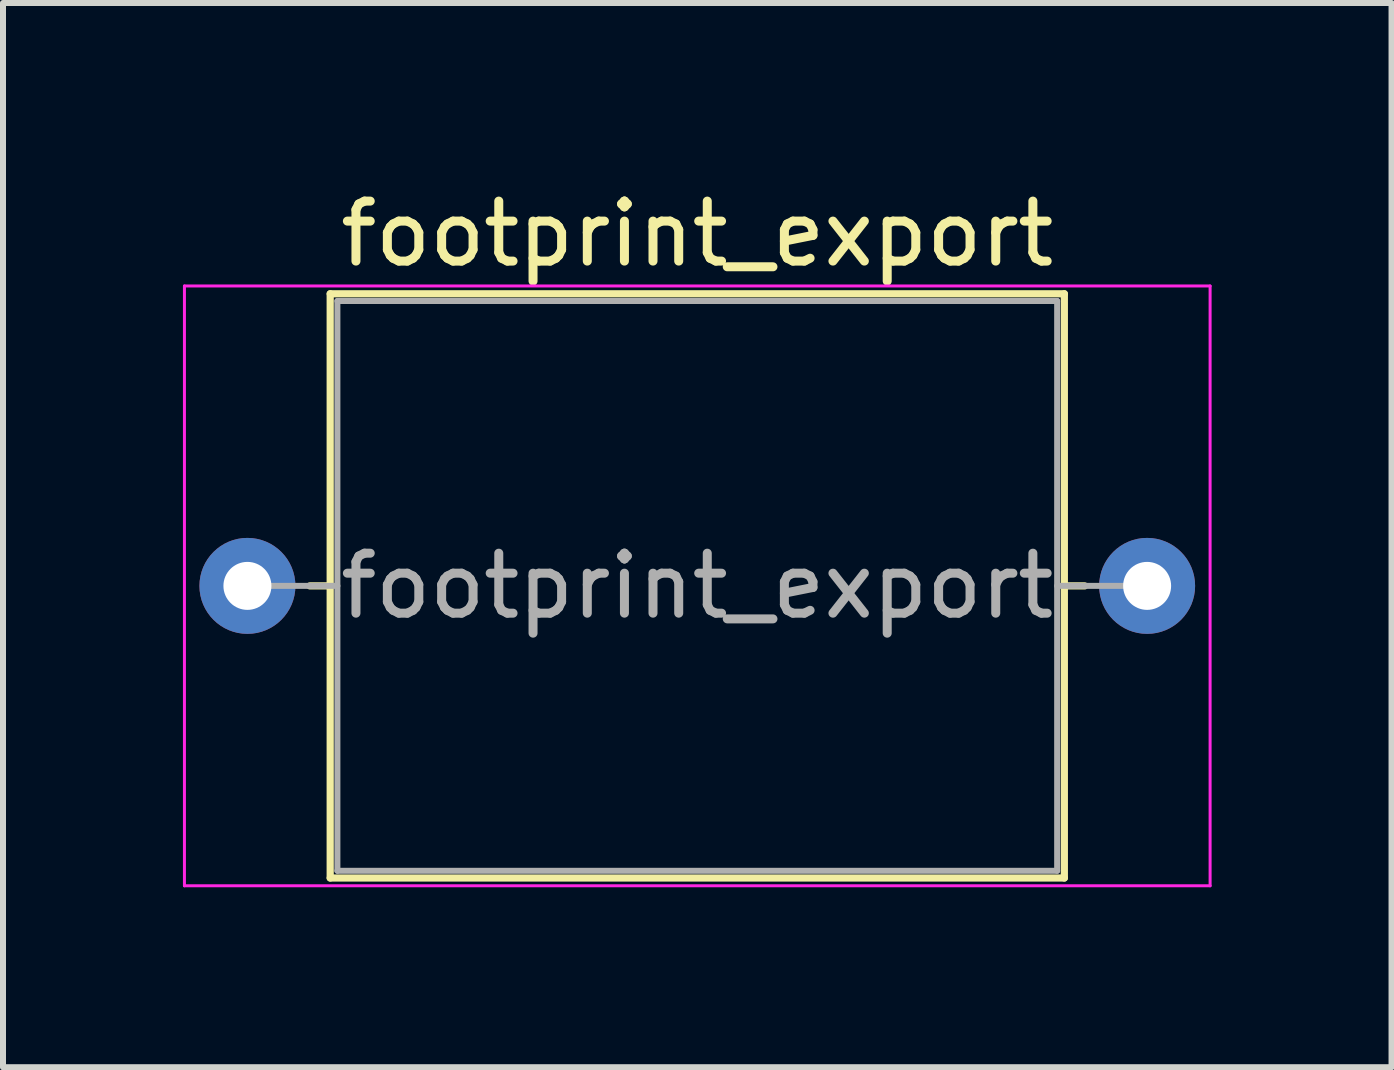
<source format=kicad_pcb>
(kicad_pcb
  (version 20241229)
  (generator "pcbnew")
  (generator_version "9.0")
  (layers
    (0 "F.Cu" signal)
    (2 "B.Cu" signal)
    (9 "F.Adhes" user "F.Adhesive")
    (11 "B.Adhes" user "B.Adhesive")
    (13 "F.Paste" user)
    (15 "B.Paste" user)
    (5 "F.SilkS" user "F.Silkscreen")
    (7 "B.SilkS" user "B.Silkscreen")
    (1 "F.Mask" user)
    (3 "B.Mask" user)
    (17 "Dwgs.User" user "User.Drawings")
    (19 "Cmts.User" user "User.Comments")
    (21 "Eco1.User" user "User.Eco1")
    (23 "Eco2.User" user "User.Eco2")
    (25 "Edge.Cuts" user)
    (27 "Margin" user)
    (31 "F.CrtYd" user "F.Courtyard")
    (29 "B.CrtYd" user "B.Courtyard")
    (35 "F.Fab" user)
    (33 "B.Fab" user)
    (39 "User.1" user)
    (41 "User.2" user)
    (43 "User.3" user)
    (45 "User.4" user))
  (footprint "footprint_export"
    (layer "F.Cu")
    (at 1.075 6.718)
    (property "Reference" "footprint_export" (at 7.5 -5.87 0) (layer "F.SilkS") (effects (font (size 1 1) (thickness 0.15))))
    (attr through_hole)
    (fp_line (start 1.04 0) (end 1.38 0) (stroke (width 0.12) (type solid)) (layer "F.SilkS"))
    (fp_line (start 1.38 -4.87) (end 1.38 4.87) (stroke (width 0.12) (type solid)) (layer "F.SilkS"))
    (fp_line (start 1.38 4.87) (end 13.62 4.87) (stroke (width 0.12) (type solid)) (layer "F.SilkS"))
    (fp_line (start 13.62 -4.87) (end 1.38 -4.87) (stroke (width 0.12) (type solid)) (layer "F.SilkS"))
    (fp_line (start 13.62 4.87) (end 13.62 -4.87) (stroke (width 0.12) (type solid)) (layer "F.SilkS"))
    (fp_line (start 13.96 0) (end 13.62 0) (stroke (width 0.12) (type solid)) (layer "F.SilkS"))
    (fp_line (start -1.05 -5) (end -1.05 5) (stroke (width 0.05) (type solid)) (layer "F.CrtYd"))
    (fp_line (start -1.05 5) (end 16.05 5) (stroke (width 0.05) (type solid)) (layer "F.CrtYd"))
    (fp_line (start 16.05 -5) (end -1.05 -5) (stroke (width 0.05) (type solid)) (layer "F.CrtYd"))
    (fp_line (start 16.05 5) (end 16.05 -5) (stroke (width 0.05) (type solid)) (layer "F.CrtYd"))
    (fp_line (start 0 0) (end 1.5 0) (stroke (width 0.1) (type solid)) (layer "F.Fab"))
    (fp_line (start 1.5 -4.75) (end 1.5 4.75) (stroke (width 0.1) (type solid)) (layer "F.Fab"))
    (fp_line (start 1.5 4.75) (end 13.5 4.75) (stroke (width 0.1) (type solid)) (layer "F.Fab"))
    (fp_line (start 13.5 -4.75) (end 1.5 -4.75) (stroke (width 0.1) (type solid)) (layer "F.Fab"))
    (fp_line (start 13.5 4.75) (end 13.5 -4.75) (stroke (width 0.1) (type solid)) (layer "F.Fab"))
    (fp_line (start 15 0) (end 13.5 0) (stroke (width 0.1) (type solid)) (layer "F.Fab"))
    (fp_text user "${REFERENCE}" (at 7.5 0 0) (layer "F.Fab") (effects (font (size 1 1) (thickness 0.15))))
    (pad "1" thru_hole circle (at 0 0) (size 1.6 1.6) (drill 0.8) (layers "*.Cu" "*.Mask"))
    (pad "2" thru_hole oval (at 15 0) (size 1.6 1.6) (drill 0.8) (layers "*.Cu" "*.Mask")))
  (gr_rect
    (start -3 -3)
    (end 20.15 14.743)
    (stroke (width 0.1) (type default))
    (fill no)
    (layer "Edge.Cuts")))
</source>
